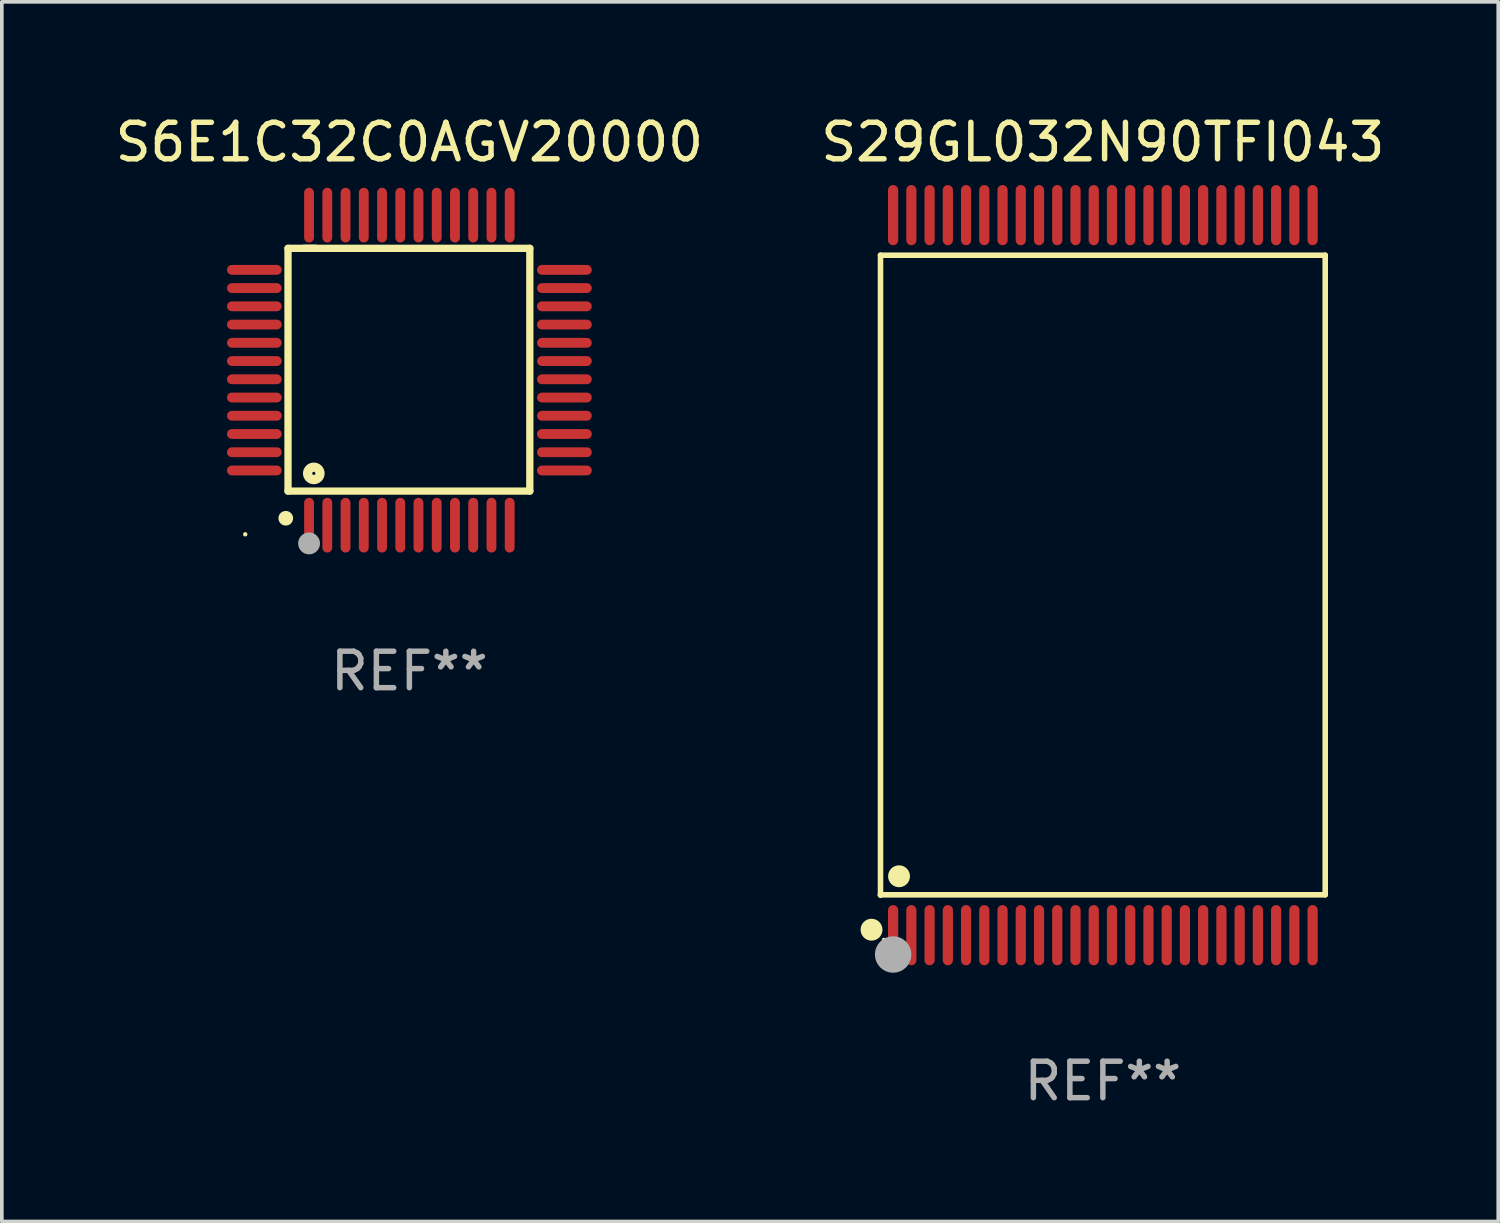
<source format=kicad_pcb>
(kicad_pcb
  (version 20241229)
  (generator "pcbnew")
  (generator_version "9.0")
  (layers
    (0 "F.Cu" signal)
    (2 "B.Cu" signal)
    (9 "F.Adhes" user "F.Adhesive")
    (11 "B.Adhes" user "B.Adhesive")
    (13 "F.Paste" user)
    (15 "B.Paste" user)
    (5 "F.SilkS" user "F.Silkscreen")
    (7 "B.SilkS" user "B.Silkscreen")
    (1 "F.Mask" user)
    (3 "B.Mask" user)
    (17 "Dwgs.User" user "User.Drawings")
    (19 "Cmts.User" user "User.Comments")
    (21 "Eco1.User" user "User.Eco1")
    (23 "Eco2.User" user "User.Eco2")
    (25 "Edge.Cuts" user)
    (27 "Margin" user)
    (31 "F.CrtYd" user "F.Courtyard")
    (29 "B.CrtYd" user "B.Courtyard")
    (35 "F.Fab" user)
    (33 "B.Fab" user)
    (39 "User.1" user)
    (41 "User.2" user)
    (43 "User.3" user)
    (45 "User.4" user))
  (footprint "S6E1C32C0AGV20000"
    (layer "F.Cu")
    (at 8.173 7.098)
    (property "Reference" "S6E1C32C0AGV20000" (at 0 -6.25 0) (layer "F.SilkS") (effects (font (size 1 1) (thickness 0.15))))
    (attr through_hole)
    (fp_line (start -3.327 -3.34) (end -2.565 -3.34) (stroke (width 0.2) (type solid)) (layer "F.SilkS"))
    (fp_line (start -3.327 3.315) (end -3.327 -3.34) (stroke (width 0.2) (type solid)) (layer "F.SilkS"))
    (fp_line (start -2.896 -3.34) (end 3.302 -3.34) (stroke (width 0.2) (type solid)) (layer "F.SilkS"))
    (fp_line (start 3.302 -3.34) (end 3.302 3.315) (stroke (width 0.2) (type solid)) (layer "F.SilkS"))
    (fp_line (start 3.302 3.315) (end -3.327 3.315) (stroke (width 0.2) (type solid)) (layer "F.SilkS"))
    (fp_arc (start -3.389992 4.059995) (mid -3.388722 4.059991) (end -3.387452 4.059995) (stroke (width 0.4) (type solid)) (layer "F.SilkS"))
    (fp_circle (center -4.5 4.5) (end -4.47 4.5) (stroke (width 0.06) (type solid)) (fill no) (layer "F.SilkS"))
    (fp_circle (center -2.62 2.83) (end -2.45 2.83) (stroke (width 0.254) (type solid)) (fill no) (layer "F.SilkS"))
    (fp_circle (center -2.75 4.75) (end -2.6 4.75) (stroke (width 0.3) (type solid)) (fill no) (layer "F.Fab"))
    (fp_text user "REF**" (at 0 8.25 0) (layer "F.Fab") (effects (font (size 1 1) (thickness 0.15))))
    (pad "1" smd oval (at -2.75 4.25) (size 0.27 1.5) (layers "F.Cu" "F.Mask" "F.Paste"))
    (pad "2" smd oval (at -2.25 4.25) (size 0.27 1.5) (layers "F.Cu" "F.Mask" "F.Paste"))
    (pad "3" smd oval (at -1.75 4.25) (size 0.27 1.5) (layers "F.Cu" "F.Mask" "F.Paste"))
    (pad "4" smd oval (at -1.25 4.25) (size 0.27 1.5) (layers "F.Cu" "F.Mask" "F.Paste"))
    (pad "5" smd oval (at -0.75 4.25) (size 0.27 1.5) (layers "F.Cu" "F.Mask" "F.Paste"))
    (pad "6" smd oval (at -0.25 4.25) (size 0.27 1.5) (layers "F.Cu" "F.Mask" "F.Paste"))
    (pad "7" smd oval (at 0.25 4.25) (size 0.27 1.5) (layers "F.Cu" "F.Mask" "F.Paste"))
    (pad "8" smd oval (at 0.75 4.25) (size 0.27 1.5) (layers "F.Cu" "F.Mask" "F.Paste"))
    (pad "9" smd oval (at 1.25 4.25) (size 0.27 1.5) (layers "F.Cu" "F.Mask" "F.Paste"))
    (pad "10" smd oval (at 1.75 4.25) (size 0.27 1.5) (layers "F.Cu" "F.Mask" "F.Paste"))
    (pad "11" smd oval (at 2.25 4.25) (size 0.27 1.5) (layers "F.Cu" "F.Mask" "F.Paste"))
    (pad "12" smd oval (at 2.75 4.25) (size 0.27 1.5) (layers "F.Cu" "F.Mask" "F.Paste"))
    (pad "13" smd oval (at 4.25 2.75) (size 1.5 0.27) (layers "F.Cu" "F.Mask" "F.Paste"))
    (pad "14" smd oval (at 4.25 2.25) (size 1.5 0.27) (layers "F.Cu" "F.Mask" "F.Paste"))
    (pad "15" smd oval (at 4.25 1.75) (size 1.5 0.27) (layers "F.Cu" "F.Mask" "F.Paste"))
    (pad "16" smd oval (at 4.25 1.25) (size 1.5 0.27) (layers "F.Cu" "F.Mask" "F.Paste"))
    (pad "17" smd oval (at 4.25 0.75) (size 1.5 0.27) (layers "F.Cu" "F.Mask" "F.Paste"))
    (pad "18" smd oval (at 4.25 0.25) (size 1.5 0.27) (layers "F.Cu" "F.Mask" "F.Paste"))
    (pad "19" smd oval (at 4.25 -0.25) (size 1.5 0.27) (layers "F.Cu" "F.Mask" "F.Paste"))
    (pad "20" smd oval (at 4.25 -0.75) (size 1.5 0.27) (layers "F.Cu" "F.Mask" "F.Paste"))
    (pad "21" smd oval (at 4.25 -1.25) (size 1.5 0.27) (layers "F.Cu" "F.Mask" "F.Paste"))
    (pad "22" smd oval (at 4.25 -1.75) (size 1.5 0.27) (layers "F.Cu" "F.Mask" "F.Paste"))
    (pad "23" smd oval (at 4.25 -2.25) (size 1.5 0.27) (layers "F.Cu" "F.Mask" "F.Paste"))
    (pad "24" smd oval (at 4.25 -2.75) (size 1.5 0.27) (layers "F.Cu" "F.Mask" "F.Paste"))
    (pad "25" smd oval (at 2.75 -4.25) (size 0.27 1.5) (layers "F.Cu" "F.Mask" "F.Paste"))
    (pad "26" smd oval (at 2.25 -4.25) (size 0.27 1.5) (layers "F.Cu" "F.Mask" "F.Paste"))
    (pad "27" smd oval (at 1.75 -4.25) (size 0.27 1.5) (layers "F.Cu" "F.Mask" "F.Paste"))
    (pad "28" smd oval (at 1.25 -4.25) (size 0.27 1.5) (layers "F.Cu" "F.Mask" "F.Paste"))
    (pad "29" smd oval (at 0.75 -4.25) (size 0.27 1.5) (layers "F.Cu" "F.Mask" "F.Paste"))
    (pad "30" smd oval (at 0.25 -4.25) (size 0.27 1.5) (layers "F.Cu" "F.Mask" "F.Paste"))
    (pad "31" smd oval (at -0.25 -4.25) (size 0.27 1.5) (layers "F.Cu" "F.Mask" "F.Paste"))
    (pad "32" smd oval (at -0.75 -4.25) (size 0.27 1.5) (layers "F.Cu" "F.Mask" "F.Paste"))
    (pad "33" smd oval (at -1.25 -4.25) (size 0.27 1.5) (layers "F.Cu" "F.Mask" "F.Paste"))
    (pad "34" smd oval (at -1.75 -4.25) (size 0.27 1.5) (layers "F.Cu" "F.Mask" "F.Paste"))
    (pad "35" smd oval (at -2.25 -4.25) (size 0.27 1.5) (layers "F.Cu" "F.Mask" "F.Paste"))
    (pad "36" smd oval (at -2.75 -4.25) (size 0.27 1.5) (layers "F.Cu" "F.Mask" "F.Paste"))
    (pad "37" smd oval (at -4.25 -2.75) (size 1.5 0.27) (layers "F.Cu" "F.Mask" "F.Paste"))
    (pad "38" smd oval (at -4.25 -2.25) (size 1.5 0.27) (layers "F.Cu" "F.Mask" "F.Paste"))
    (pad "39" smd oval (at -4.25 -1.75) (size 1.5 0.27) (layers "F.Cu" "F.Mask" "F.Paste"))
    (pad "40" smd oval (at -4.25 -1.25) (size 1.5 0.27) (layers "F.Cu" "F.Mask" "F.Paste"))
    (pad "41" smd oval (at -4.25 -0.75) (size 1.5 0.27) (layers "F.Cu" "F.Mask" "F.Paste"))
    (pad "42" smd oval (at -4.25 -0.25) (size 1.5 0.27) (layers "F.Cu" "F.Mask" "F.Paste"))
    (pad "43" smd oval (at -4.25 0.25) (size 1.5 0.27) (layers "F.Cu" "F.Mask" "F.Paste"))
    (pad "44" smd oval (at -4.25 0.75) (size 1.5 0.27) (layers "F.Cu" "F.Mask" "F.Paste"))
    (pad "45" smd oval (at -4.25 1.25) (size 1.5 0.27) (layers "F.Cu" "F.Mask" "F.Paste"))
    (pad "46" smd oval (at -4.25 1.75) (size 1.5 0.27) (layers "F.Cu" "F.Mask" "F.Paste"))
    (pad "47" smd oval (at -4.25 2.25) (size 1.5 0.27) (layers "F.Cu" "F.Mask" "F.Paste"))
    (pad "48" smd oval (at -4.25 2.75) (size 1.5 0.27) (layers "F.Cu" "F.Mask" "F.Paste")))
  (footprint "S29GL032N90TFI043"
    (layer "F.Cu")
    (at 27.185 12.718)
    (property "Reference" "S29GL032N90TFI043" (at 0 -11.87 0) (layer "F.SilkS") (effects (font (size 1 1) (thickness 0.15))))
    (attr through_hole)
    (fp_line (start -6.096 -8.771) (end 6.096 -8.771) (stroke (width 0.152) (type solid)) (layer "F.SilkS"))
    (fp_line (start -6.096 8.763) (end -6.096 8.771) (stroke (width 0.152) (type solid)) (layer "F.SilkS"))
    (fp_line (start -6.096 8.771) (end -6.096 -8.771) (stroke (width 0.152) (type solid)) (layer "F.SilkS"))
    (fp_line (start 6.096 -8.771) (end 6.096 8.763) (stroke (width 0.152) (type solid)) (layer "F.SilkS"))
    (fp_line (start 6.096 8.763) (end -6.096 8.763) (stroke (width 0.152) (type solid)) (layer "F.SilkS"))
    (fp_circle (center -6.342 9.72) (end -6.192 9.72) (stroke (width 0.3) (type solid)) (fill no) (layer "F.SilkS"))
    (fp_circle (center -6 10) (end -5.97 10) (stroke (width 0.06) (type solid)) (fill no) (layer "F.SilkS"))
    (fp_circle (center -5.588 8.255) (end -5.438 8.255) (stroke (width 0.3) (type solid)) (fill no) (layer "F.SilkS"))
    (fp_circle (center -5.75 10.4) (end -5.5 10.4) (stroke (width 0.5) (type solid)) (fill no) (layer "F.Fab"))
    (fp_text user "REF**" (at 0 13.87 0) (layer "F.Fab") (effects (font (size 1 1) (thickness 0.15))))
    (pad "1" smd oval (at -5.75 9.87) (size 0.28 1.65) (layers "F.Cu" "F.Mask" "F.Paste"))
    (pad "2" smd oval (at -5.25 9.87) (size 0.28 1.65) (layers "F.Cu" "F.Mask" "F.Paste"))
    (pad "3" smd oval (at -4.75 9.87) (size 0.28 1.65) (layers "F.Cu" "F.Mask" "F.Paste"))
    (pad "4" smd oval (at -4.25 9.87) (size 0.28 1.65) (layers "F.Cu" "F.Mask" "F.Paste"))
    (pad "5" smd oval (at -3.75 9.87) (size 0.28 1.65) (layers "F.Cu" "F.Mask" "F.Paste"))
    (pad "6" smd oval (at -3.25 9.87) (size 0.28 1.65) (layers "F.Cu" "F.Mask" "F.Paste"))
    (pad "7" smd oval (at -2.75 9.87) (size 0.28 1.65) (layers "F.Cu" "F.Mask" "F.Paste"))
    (pad "8" smd oval (at -2.25 9.87) (size 0.28 1.65) (layers "F.Cu" "F.Mask" "F.Paste"))
    (pad "9" smd oval (at -1.75 9.87) (size 0.28 1.65) (layers "F.Cu" "F.Mask" "F.Paste"))
    (pad "10" smd oval (at -1.25 9.87) (size 0.28 1.65) (layers "F.Cu" "F.Mask" "F.Paste"))
    (pad "11" smd oval (at -0.75 9.87) (size 0.28 1.65) (layers "F.Cu" "F.Mask" "F.Paste"))
    (pad "12" smd oval (at -0.25 9.87) (size 0.28 1.65) (layers "F.Cu" "F.Mask" "F.Paste"))
    (pad "13" smd oval (at 0.25 9.87) (size 0.28 1.65) (layers "F.Cu" "F.Mask" "F.Paste"))
    (pad "14" smd oval (at 0.75 9.87) (size 0.28 1.65) (layers "F.Cu" "F.Mask" "F.Paste"))
    (pad "15" smd oval (at 1.25 9.87) (size 0.28 1.65) (layers "F.Cu" "F.Mask" "F.Paste"))
    (pad "16" smd oval (at 1.75 9.87) (size 0.28 1.65) (layers "F.Cu" "F.Mask" "F.Paste"))
    (pad "17" smd oval (at 2.25 9.87) (size 0.28 1.65) (layers "F.Cu" "F.Mask" "F.Paste"))
    (pad "18" smd oval (at 2.75 9.87) (size 0.28 1.65) (layers "F.Cu" "F.Mask" "F.Paste"))
    (pad "19" smd oval (at 3.25 9.87) (size 0.28 1.65) (layers "F.Cu" "F.Mask" "F.Paste"))
    (pad "20" smd oval (at 3.75 9.87) (size 0.28 1.65) (layers "F.Cu" "F.Mask" "F.Paste"))
    (pad "21" smd oval (at 4.25 9.87) (size 0.28 1.65) (layers "F.Cu" "F.Mask" "F.Paste"))
    (pad "22" smd oval (at 4.75 9.87) (size 0.28 1.65) (layers "F.Cu" "F.Mask" "F.Paste"))
    (pad "23" smd oval (at 5.25 9.87) (size 0.28 1.65) (layers "F.Cu" "F.Mask" "F.Paste"))
    (pad "24" smd oval (at 5.75 9.87) (size 0.28 1.65) (layers "F.Cu" "F.Mask" "F.Paste"))
    (pad "25" smd oval (at 5.75 -9.87) (size 0.28 1.65) (layers "F.Cu" "F.Mask" "F.Paste"))
    (pad "26" smd oval (at 5.25 -9.87) (size 0.28 1.65) (layers "F.Cu" "F.Mask" "F.Paste"))
    (pad "27" smd oval (at 4.75 -9.87) (size 0.28 1.65) (layers "F.Cu" "F.Mask" "F.Paste"))
    (pad "28" smd oval (at 4.25 -9.87) (size 0.28 1.65) (layers "F.Cu" "F.Mask" "F.Paste"))
    (pad "29" smd oval (at 3.75 -9.87) (size 0.28 1.65) (layers "F.Cu" "F.Mask" "F.Paste"))
    (pad "30" smd oval (at 3.25 -9.87) (size 0.28 1.65) (layers "F.Cu" "F.Mask" "F.Paste"))
    (pad "31" smd oval (at 2.75 -9.87) (size 0.28 1.65) (layers "F.Cu" "F.Mask" "F.Paste"))
    (pad "32" smd oval (at 2.25 -9.87) (size 0.28 1.65) (layers "F.Cu" "F.Mask" "F.Paste"))
    (pad "33" smd oval (at 1.75 -9.87) (size 0.28 1.65) (layers "F.Cu" "F.Mask" "F.Paste"))
    (pad "34" smd oval (at 1.25 -9.87) (size 0.28 1.65) (layers "F.Cu" "F.Mask" "F.Paste"))
    (pad "35" smd oval (at 0.75 -9.87) (size 0.28 1.65) (layers "F.Cu" "F.Mask" "F.Paste"))
    (pad "36" smd oval (at 0.25 -9.87) (size 0.28 1.65) (layers "F.Cu" "F.Mask" "F.Paste"))
    (pad "37" smd oval (at -0.25 -9.87) (size 0.28 1.65) (layers "F.Cu" "F.Mask" "F.Paste"))
    (pad "38" smd oval (at -0.75 -9.87) (size 0.28 1.65) (layers "F.Cu" "F.Mask" "F.Paste"))
    (pad "39" smd oval (at -1.25 -9.87) (size 0.28 1.65) (layers "F.Cu" "F.Mask" "F.Paste"))
    (pad "40" smd oval (at -1.75 -9.87) (size 0.28 1.65) (layers "F.Cu" "F.Mask" "F.Paste"))
    (pad "41" smd oval (at -2.25 -9.87) (size 0.28 1.65) (layers "F.Cu" "F.Mask" "F.Paste"))
    (pad "42" smd oval (at -2.75 -9.87) (size 0.28 1.65) (layers "F.Cu" "F.Mask" "F.Paste"))
    (pad "43" smd oval (at -3.25 -9.87) (size 0.28 1.65) (layers "F.Cu" "F.Mask" "F.Paste"))
    (pad "44" smd oval (at -3.75 -9.87) (size 0.28 1.65) (layers "F.Cu" "F.Mask" "F.Paste"))
    (pad "45" smd oval (at -4.25 -9.87) (size 0.28 1.65) (layers "F.Cu" "F.Mask" "F.Paste"))
    (pad "46" smd oval (at -4.75 -9.87) (size 0.28 1.65) (layers "F.Cu" "F.Mask" "F.Paste"))
    (pad "47" smd oval (at -5.25 -9.87) (size 0.28 1.65) (layers "F.Cu" "F.Mask" "F.Paste"))
    (pad "48" smd oval (at -5.75 -9.87) (size 0.28 1.65) (layers "F.Cu" "F.Mask" "F.Paste")))
  (gr_rect
    (start -3 -3)
    (end 38.024 30.437)
    (stroke (width 0.1) (type default))
    (fill no)
    (layer "Edge.Cuts")))
</source>
